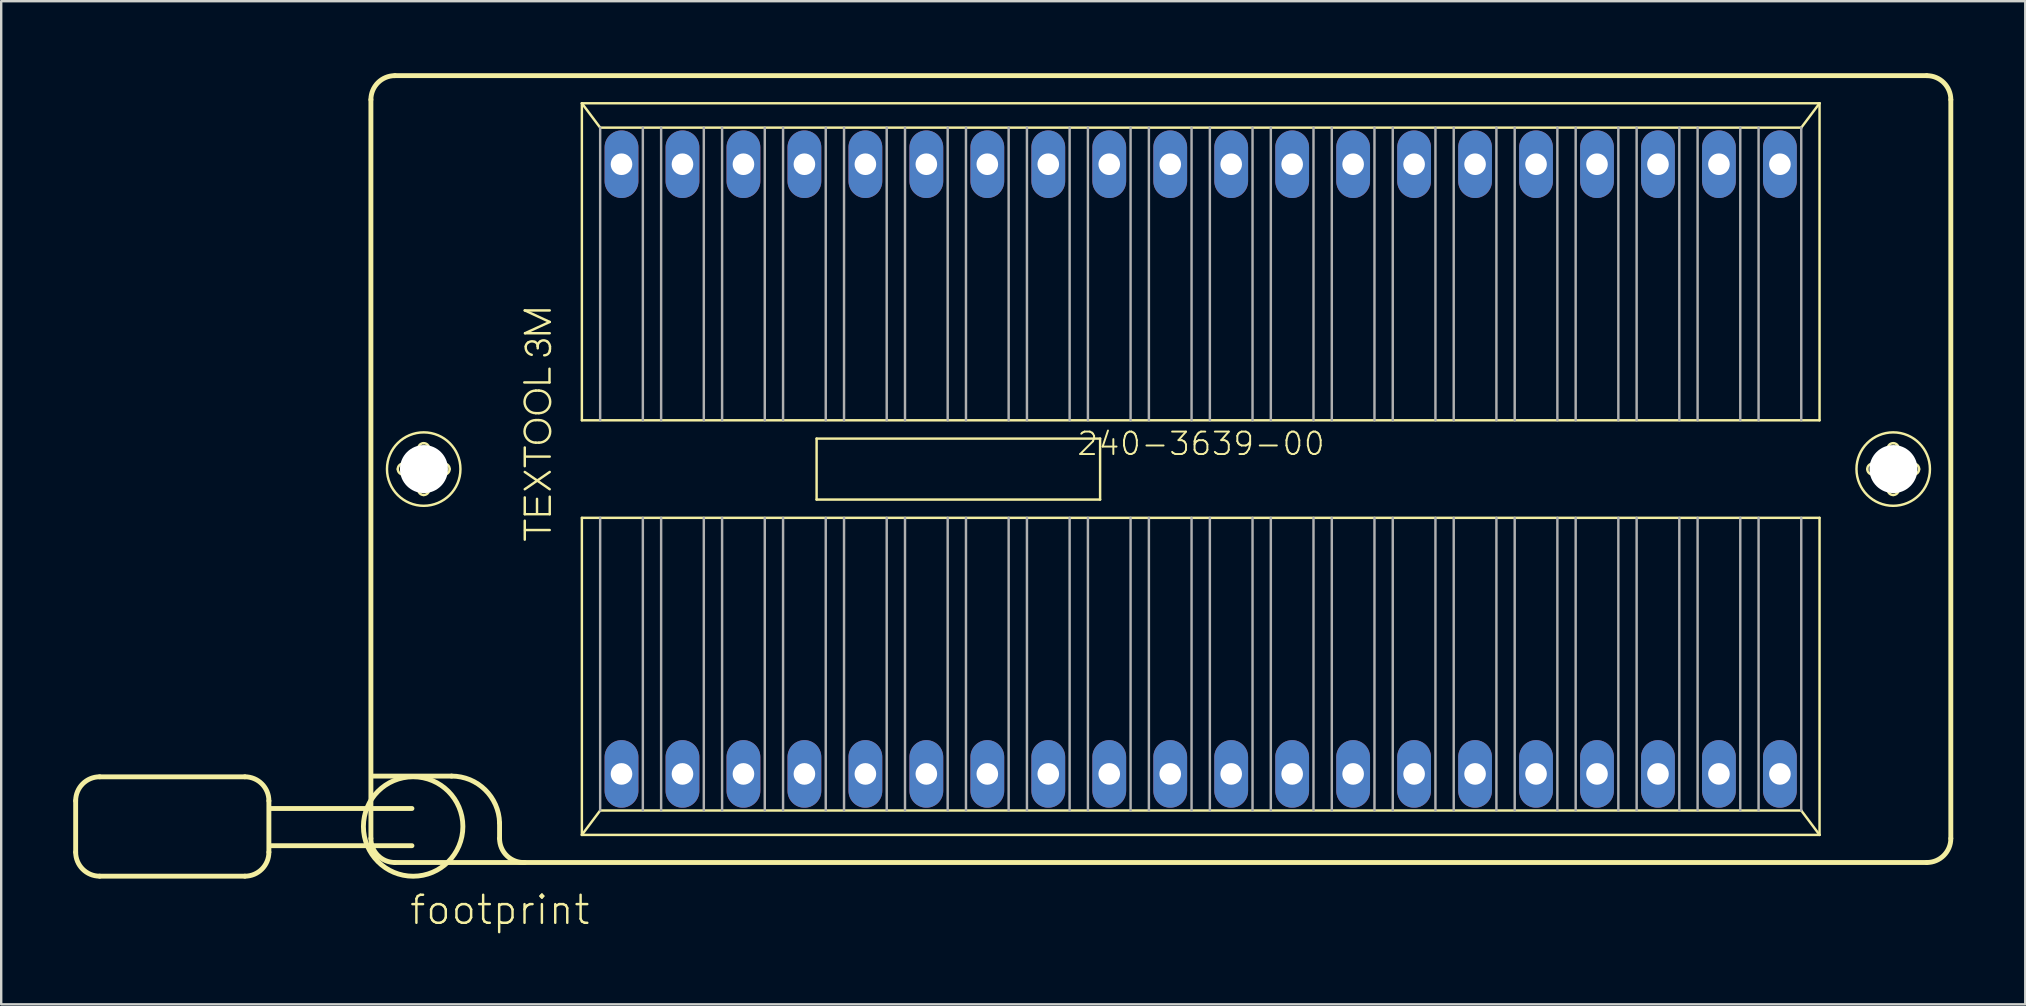
<source format=kicad_pcb>
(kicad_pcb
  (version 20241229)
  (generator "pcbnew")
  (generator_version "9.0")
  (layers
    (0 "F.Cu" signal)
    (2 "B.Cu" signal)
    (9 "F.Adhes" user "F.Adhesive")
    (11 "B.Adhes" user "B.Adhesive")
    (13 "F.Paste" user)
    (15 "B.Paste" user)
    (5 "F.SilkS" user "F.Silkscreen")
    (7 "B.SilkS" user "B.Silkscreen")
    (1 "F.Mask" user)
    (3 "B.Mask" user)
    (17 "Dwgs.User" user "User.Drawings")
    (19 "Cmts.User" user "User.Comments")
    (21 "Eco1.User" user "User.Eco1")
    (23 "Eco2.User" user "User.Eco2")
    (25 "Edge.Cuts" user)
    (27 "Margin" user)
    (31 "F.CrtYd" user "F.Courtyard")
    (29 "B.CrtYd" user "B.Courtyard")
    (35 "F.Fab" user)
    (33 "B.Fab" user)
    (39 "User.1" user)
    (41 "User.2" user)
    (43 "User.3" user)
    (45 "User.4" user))
  (footprint "footprint"
    (layer "F.Cu")
    (at 46.972 16.492)
    (property "Reference" "footprint" (at -33.02 19.05 0) (layer "F.SilkS") (effects (font (size 1.168 1.168) (thickness 0.102)) (justify left bottom)))
    (fp_line (start -46.87 13.82) (end -46.87 15.96) (stroke (width 0.203) (type solid)) (layer "F.SilkS"))
    (fp_line (start -45.87 12.82) (end -39.82 12.82) (stroke (width 0.203) (type solid)) (layer "F.SilkS"))
    (fp_line (start -39.82 16.96) (end -45.87 16.96) (stroke (width 0.203) (type solid)) (layer "F.SilkS"))
    (fp_line (start -38.82 13.82) (end -38.82 15.96) (stroke (width 0.203) (type solid)) (layer "F.SilkS"))
    (fp_line (start -34.57 15.39) (end -34.57 -15.39) (stroke (width 0.203) (type solid)) (layer "F.SilkS"))
    (fp_line (start -34.46 12.79) (end -31.21 12.79) (stroke (width 0.203) (type solid)) (layer "F.SilkS"))
    (fp_line (start -33.57 -16.39) (end 30.25 -16.39) (stroke (width 0.203) (type solid)) (layer "F.SilkS"))
    (fp_line (start -33.22 -0.23) (end -32.67 -0.23) (stroke (width 0.102) (type solid)) (layer "F.SilkS"))
    (fp_line (start -32.86 14.14) (end -38.77 14.14) (stroke (width 0.203) (type solid)) (layer "F.SilkS"))
    (fp_line (start -32.86 15.69) (end -38.77 15.69) (stroke (width 0.203) (type solid)) (layer "F.SilkS"))
    (fp_line (start -32.68 0.23) (end -33.22 0.23) (stroke (width 0.102) (type solid)) (layer "F.SilkS"))
    (fp_line (start -32.6 -0.31) (end -32.6 -0.85) (stroke (width 0.102) (type solid)) (layer "F.SilkS"))
    (fp_line (start -32.6 0.85) (end -32.6 0.3) (stroke (width 0.102) (type solid)) (layer "F.SilkS"))
    (fp_line (start -32.14 -0.85) (end -32.14 -0.3) (stroke (width 0.102) (type solid)) (layer "F.SilkS"))
    (fp_line (start -32.14 0.31) (end -32.14 0.85) (stroke (width 0.102) (type solid)) (layer "F.SilkS"))
    (fp_line (start -32.06 -0.23) (end -31.52 -0.23) (stroke (width 0.102) (type solid)) (layer "F.SilkS"))
    (fp_line (start -31.52 0.23) (end -32.07 0.23) (stroke (width 0.102) (type solid)) (layer "F.SilkS"))
    (fp_line (start -29.21 14.74) (end -29.21 15.39) (stroke (width 0.203) (type solid)) (layer "F.SilkS"))
    (fp_line (start -28.18 -3.61) (end -27.13 -3.61) (stroke (width 0.102) (type solid)) (layer "F.SilkS"))
    (fp_line (start -28.16 -6.61) (end -27.12 -6.61) (stroke (width 0.102) (type solid)) (layer "F.SilkS"))
    (fp_line (start -28.16 -0.12) (end -28.16 -0.9) (stroke (width 0.102) (type solid)) (layer "F.SilkS"))
    (fp_line (start -28.16 0.12) (end -27.12 0.84) (stroke (width 0.102) (type solid)) (layer "F.SilkS"))
    (fp_line (start -28.16 0.84) (end -27.12 0.12) (stroke (width 0.102) (type solid)) (layer "F.SilkS"))
    (fp_line (start -28.16 1.18) (end -28.16 1.88) (stroke (width 0.102) (type solid)) (layer "F.SilkS"))
    (fp_line (start -28.16 1.88) (end -27.12 1.88) (stroke (width 0.102) (type solid)) (layer "F.SilkS"))
    (fp_line (start -28.16 2.94) (end -28.16 2.15) (stroke (width 0.102) (type solid)) (layer "F.SilkS"))
    (fp_line (start -28.15 -5.66) (end -27.12 -6.13) (stroke (width 0.102) (type solid)) (layer "F.SilkS"))
    (fp_line (start -28.15 2.54) (end -27.12 2.54) (stroke (width 0.102) (type solid)) (layer "F.SilkS"))
    (fp_line (start -28.14 -0.52) (end -27.12 -0.52) (stroke (width 0.102) (type solid)) (layer "F.SilkS"))
    (fp_line (start -27.7 -3.27) (end -27.57 -3.27) (stroke (width 0.102) (type solid)) (layer "F.SilkS"))
    (fp_line (start -27.7 -2.33) (end -27.57 -2.33) (stroke (width 0.102) (type solid)) (layer "F.SilkS"))
    (fp_line (start -27.7 -2.04) (end -27.57 -2.04) (stroke (width 0.102) (type solid)) (layer "F.SilkS"))
    (fp_line (start -27.7 -1.1) (end -27.57 -1.1) (stroke (width 0.102) (type solid)) (layer "F.SilkS"))
    (fp_line (start -27.65 1.24) (end -27.65 1.84) (stroke (width 0.102) (type solid)) (layer "F.SilkS"))
    (fp_line (start -27.62 -5.03) (end -27.62 -5.12) (stroke (width 0.102) (type solid)) (layer "F.SilkS"))
    (fp_line (start -27.13 -3.61) (end -27.13 -4.18) (stroke (width 0.102) (type solid)) (layer "F.SilkS"))
    (fp_line (start -27.12 -6.13) (end -28.16 -6.61) (stroke (width 0.102) (type solid)) (layer "F.SilkS"))
    (fp_line (start -27.12 -5.66) (end -28.15 -5.66) (stroke (width 0.102) (type solid)) (layer "F.SilkS"))
    (fp_line (start -27.12 1.88) (end -27.12 1.15) (stroke (width 0.102) (type solid)) (layer "F.SilkS"))
    (fp_line (start -25.781 -15.24) (end 25.781 -15.24) (stroke (width 0.102) (type solid)) (layer "F.SilkS"))
    (fp_line (start -25.781 -2.032) (end -25.781 -15.24) (stroke (width 0.102) (type solid)) (layer "F.SilkS"))
    (fp_line (start -25.781 2.032) (end 25.781 2.032) (stroke (width 0.102) (type solid)) (layer "F.SilkS"))
    (fp_line (start -25.781 15.24) (end -25.781 2.032) (stroke (width 0.102) (type solid)) (layer "F.SilkS"))
    (fp_line (start -25.781 15.24) (end -25.019 14.224) (stroke (width 0.102) (type solid)) (layer "F.SilkS"))
    (fp_line (start -25.019 -14.224) (end -25.781 -15.24) (stroke (width 0.102) (type solid)) (layer "F.SilkS"))
    (fp_line (start -25.019 14.224) (end 25.019 14.224) (stroke (width 0.102) (type solid)) (layer "F.SilkS"))
    (fp_line (start -16.002 -1.27) (end -4.191 -1.27) (stroke (width 0.102) (type solid)) (layer "F.SilkS"))
    (fp_line (start -16.002 1.27) (end -16.002 -1.27) (stroke (width 0.102) (type solid)) (layer "F.SilkS"))
    (fp_line (start -4.191 -1.27) (end -4.191 1.27) (stroke (width 0.102) (type solid)) (layer "F.SilkS"))
    (fp_line (start -4.191 1.27) (end -16.002 1.27) (stroke (width 0.102) (type solid)) (layer "F.SilkS"))
    (fp_line (start 25.019 -14.224) (end -25.019 -14.224) (stroke (width 0.102) (type solid)) (layer "F.SilkS"))
    (fp_line (start 25.019 14.224) (end 25.781 15.24) (stroke (width 0.102) (type solid)) (layer "F.SilkS"))
    (fp_line (start 25.781 -15.24) (end 25.019 -14.224) (stroke (width 0.102) (type solid)) (layer "F.SilkS"))
    (fp_line (start 25.781 -15.24) (end 25.781 -2.032) (stroke (width 0.102) (type solid)) (layer "F.SilkS"))
    (fp_line (start 25.781 -2.032) (end -25.781 -2.032) (stroke (width 0.102) (type solid)) (layer "F.SilkS"))
    (fp_line (start 25.781 2.032) (end 25.781 15.24) (stroke (width 0.102) (type solid)) (layer "F.SilkS"))
    (fp_line (start 25.781 15.24) (end -25.781 15.24) (stroke (width 0.102) (type solid)) (layer "F.SilkS"))
    (fp_line (start 28 -0.23) (end 28.55 -0.23) (stroke (width 0.102) (type solid)) (layer "F.SilkS"))
    (fp_line (start 28.54 0.23) (end 28 0.23) (stroke (width 0.102) (type solid)) (layer "F.SilkS"))
    (fp_line (start 28.62 -0.31) (end 28.62 -0.85) (stroke (width 0.102) (type solid)) (layer "F.SilkS"))
    (fp_line (start 28.62 0.85) (end 28.62 0.3) (stroke (width 0.102) (type solid)) (layer "F.SilkS"))
    (fp_line (start 29.08 -0.85) (end 29.08 -0.3) (stroke (width 0.102) (type solid)) (layer "F.SilkS"))
    (fp_line (start 29.08 0.31) (end 29.08 0.85) (stroke (width 0.102) (type solid)) (layer "F.SilkS"))
    (fp_line (start 29.16 -0.23) (end 29.7 -0.23) (stroke (width 0.102) (type solid)) (layer "F.SilkS"))
    (fp_line (start 29.7 0.23) (end 29.15 0.23) (stroke (width 0.102) (type solid)) (layer "F.SilkS"))
    (fp_line (start 30.25 16.39) (end -33.57 16.39) (stroke (width 0.203) (type solid)) (layer "F.SilkS"))
    (fp_line (start 31.25 -15.39) (end 31.25 15.39) (stroke (width 0.203) (type solid)) (layer "F.SilkS"))
    (fp_arc (start -46.87 13.82) (mid -46.577107 13.112893) (end -45.87 12.82) (stroke (width 0.2032) (type solid)) (layer "F.SilkS"))
    (fp_arc (start -45.87 16.96) (mid -46.577107 16.667107) (end -46.87 15.96) (stroke (width 0.2032) (type solid)) (layer "F.SilkS"))
    (fp_arc (start -39.82 12.82) (mid -39.112893 13.112893) (end -38.82 13.82) (stroke (width 0.2032) (type solid)) (layer "F.SilkS"))
    (fp_arc (start -38.82 15.96) (mid -39.112893 16.667107) (end -39.82 16.96) (stroke (width 0.2032) (type solid)) (layer "F.SilkS"))
    (fp_arc (start -34.57 -15.39) (mid -34.277107 -16.097107) (end -33.57 -16.39) (stroke (width 0.2032) (type solid)) (layer "F.SilkS"))
    (fp_arc (start -33.57 16.39) (mid -34.277107 16.097107) (end -34.57 15.39) (stroke (width 0.2032) (type solid)) (layer "F.SilkS"))
    (fp_arc (start -33.45 0) (mid -33.382635 -0.162635) (end -33.22 -0.23) (stroke (width 0.1016) (type solid)) (layer "F.SilkS"))
    (fp_arc (start -33.22 0.23) (mid -33.382635 0.162635) (end -33.45 0) (stroke (width 0.1016) (type solid)) (layer "F.SilkS"))
    (fp_arc (start -32.68 0.23) (mid -32.630503 0.250503) (end -32.61 0.3) (stroke (width 0.1016) (type solid)) (layer "F.SilkS"))
    (fp_arc (start -32.6 -0.85) (mid -32.532635 -1.012635) (end -32.37 -1.08) (stroke (width 0.1016) (type solid)) (layer "F.SilkS"))
    (fp_arc (start -32.6 -0.3) (mid -32.620503 -0.250503) (end -32.67 -0.23) (stroke (width 0.1016) (type solid)) (layer "F.SilkS"))
    (fp_arc (start -32.37 -1.08) (mid -32.207365 -1.012635) (end -32.14 -0.85) (stroke (width 0.1016) (type solid)) (layer "F.SilkS"))
    (fp_arc (start -32.37 1.08) (mid -32.532635 1.012635) (end -32.6 0.85) (stroke (width 0.1016) (type solid)) (layer "F.SilkS"))
    (fp_arc (start -32.14 0.3) (mid -32.119497 0.250503) (end -32.07 0.23) (stroke (width 0.1016) (type solid)) (layer "F.SilkS"))
    (fp_arc (start -32.14 0.85) (mid -32.207365 1.012635) (end -32.37 1.08) (stroke (width 0.1016) (type solid)) (layer "F.SilkS"))
    (fp_arc (start -32.07 -0.23) (mid -32.119497 -0.250503) (end -32.14 -0.3) (stroke (width 0.1016) (type solid)) (layer "F.SilkS"))
    (fp_arc (start -31.52 -0.23) (mid -31.357365 -0.162635) (end -31.29 0) (stroke (width 0.1016) (type solid)) (layer "F.SilkS"))
    (fp_arc (start -31.29 0) (mid -31.357365 0.162635) (end -31.52 0.23) (stroke (width 0.1016) (type solid)) (layer "F.SilkS"))
    (fp_arc (start -31.21 12.79) (mid -29.813341 13.358169) (end -29.21 14.739998) (stroke (width 0.2032) (type solid)) (layer "F.SilkS"))
    (fp_arc (start -28.159998 16.389999) (mid -28.899284 16.115) (end -29.21 15.39) (stroke (width 0.2032) (type solid)) (layer "F.SilkS"))
    (fp_arc (start -28.12 -5.109999) (mid -28.084621 -5.207696) (end -28.01 -5.28) (stroke (width 0.1016) (type solid)) (layer "F.SilkS"))
    (fp_arc (start -28.01 -5.28) (mid -27.877382 -5.322157) (end -27.74 -5.3) (stroke (width 0.1016) (type solid)) (layer "F.SilkS"))
    (fp_arc (start -27.870001 -4.759999) (mid -28.06297 -4.88645) (end -28.12 -5.11) (stroke (width 0.1016) (type solid)) (layer "F.SilkS"))
    (fp_arc (start -27.740001 -5.299999) (mid -27.652751 -5.228166) (end -27.62 -5.12) (stroke (width 0.1016) (type solid)) (layer "F.SilkS"))
    (fp_arc (start -27.7 -2.33) (mid -28.17 -2.8) (end -27.7 -3.27) (stroke (width 0.1016) (type solid)) (layer "F.SilkS"))
    (fp_arc (start -27.7 -1.1) (mid -28.17 -1.57) (end -27.7 -2.04) (stroke (width 0.1016) (type solid)) (layer "F.SilkS"))
    (fp_arc (start -27.62 -5.12) (mid -27.58789 -5.240938) (end -27.499999 -5.330001) (stroke (width 0.1016) (type solid)) (layer "F.SilkS"))
    (fp_arc (start -27.57 -3.27) (mid -27.1 -2.8) (end -27.57 -2.33) (stroke (width 0.1016) (type solid)) (layer "F.SilkS"))
    (fp_arc (start -27.57 -2.04) (mid -27.1 -1.57) (end -27.57 -1.1) (stroke (width 0.1016) (type solid)) (layer "F.SilkS"))
    (fp_arc (start -27.5 -5.33) (mid -27.356885 -5.363595) (end -27.219999 -5.309999) (stroke (width 0.1016) (type solid)) (layer "F.SilkS"))
    (fp_arc (start -27.22 -5.31) (mid -27.145084 -5.220954) (end -27.11 -5.110001) (stroke (width 0.1016) (type solid)) (layer "F.SilkS"))
    (fp_arc (start -27.12 -4.92) (mid -27.202524 -4.788503) (end -27.35 -4.740001) (stroke (width 0.1016) (type solid)) (layer "F.SilkS"))
    (fp_arc (start -27.11 -5.11) (mid -27.107277 -5.014593) (end -27.12 -4.92) (stroke (width 0.1016) (type solid)) (layer "F.SilkS"))
    (fp_arc (start 27.77 0) (mid 27.837365 -0.162635) (end 28 -0.23) (stroke (width 0.1016) (type solid)) (layer "F.SilkS"))
    (fp_arc (start 28 0.23) (mid 27.837365 0.162635) (end 27.77 0) (stroke (width 0.1016) (type solid)) (layer "F.SilkS"))
    (fp_arc (start 28.54 0.23) (mid 28.589497 0.250503) (end 28.61 0.3) (stroke (width 0.1016) (type solid)) (layer "F.SilkS"))
    (fp_arc (start 28.62 -0.85) (mid 28.687365 -1.012635) (end 28.85 -1.08) (stroke (width 0.1016) (type solid)) (layer "F.SilkS"))
    (fp_arc (start 28.62 -0.3) (mid 28.599497 -0.250503) (end 28.55 -0.23) (stroke (width 0.1016) (type solid)) (layer "F.SilkS"))
    (fp_arc (start 28.85 -1.08) (mid 29.012635 -1.012635) (end 29.08 -0.85) (stroke (width 0.1016) (type solid)) (layer "F.SilkS"))
    (fp_arc (start 28.85 1.08) (mid 28.687365 1.012635) (end 28.62 0.85) (stroke (width 0.1016) (type solid)) (layer "F.SilkS"))
    (fp_arc (start 29.08 0.3) (mid 29.100503 0.250503) (end 29.15 0.23) (stroke (width 0.1016) (type solid)) (layer "F.SilkS"))
    (fp_arc (start 29.08 0.85) (mid 29.012635 1.012635) (end 28.85 1.08) (stroke (width 0.1016) (type solid)) (layer "F.SilkS"))
    (fp_arc (start 29.15 -0.23) (mid 29.100503 -0.250503) (end 29.08 -0.3) (stroke (width 0.1016) (type solid)) (layer "F.SilkS"))
    (fp_arc (start 29.7 -0.23) (mid 29.862635 -0.162635) (end 29.93 0) (stroke (width 0.1016) (type solid)) (layer "F.SilkS"))
    (fp_arc (start 29.93 0) (mid 29.862635 0.162635) (end 29.7 0.23) (stroke (width 0.1016) (type solid)) (layer "F.SilkS"))
    (fp_arc (start 30.25 -16.39) (mid 30.957107 -16.097107) (end 31.25 -15.39) (stroke (width 0.2032) (type solid)) (layer "F.SilkS"))
    (fp_arc (start 31.25 15.39) (mid 30.957107 16.097107) (end 30.25 16.39) (stroke (width 0.2032) (type solid)) (layer "F.SilkS"))
    (fp_circle (center -32.81 14.89) (end -30.738 14.89) (stroke (width 0.203) (type solid)) (fill no) (layer "F.SilkS"))
    (fp_circle (center -32.37 0) (end -30.84 0) (stroke (width 0.102) (type solid)) (fill no) (layer "F.SilkS"))
    (fp_circle (center 28.85 0) (end 30.38 0) (stroke (width 0.102) (type solid)) (fill no) (layer "F.SilkS"))
    (fp_line (start -25.019 -14.224) (end -25.019 -2.032) (stroke (width 0.102) (type solid)) (layer "F.Fab"))
    (fp_line (start -25.019 2.032) (end -25.019 14.224) (stroke (width 0.102) (type solid)) (layer "F.Fab"))
    (fp_line (start -23.241 -2.032) (end -23.241 -14.224) (stroke (width 0.102) (type solid)) (layer "F.Fab"))
    (fp_line (start -23.241 2.032) (end -23.241 14.224) (stroke (width 0.102) (type solid)) (layer "F.Fab"))
    (fp_line (start -22.479 -2.032) (end -22.479 -14.224) (stroke (width 0.102) (type solid)) (layer "F.Fab"))
    (fp_line (start -22.479 2.032) (end -22.479 14.224) (stroke (width 0.102) (type solid)) (layer "F.Fab"))
    (fp_line (start -20.701 -2.032) (end -20.701 -14.224) (stroke (width 0.102) (type solid)) (layer "F.Fab"))
    (fp_line (start -20.701 2.032) (end -20.701 14.224) (stroke (width 0.102) (type solid)) (layer "F.Fab"))
    (fp_line (start -19.939 -2.032) (end -19.939 -14.224) (stroke (width 0.102) (type solid)) (layer "F.Fab"))
    (fp_line (start -19.939 2.032) (end -19.939 14.224) (stroke (width 0.102) (type solid)) (layer "F.Fab"))
    (fp_line (start -18.161 -2.032) (end -18.161 -14.224) (stroke (width 0.102) (type solid)) (layer "F.Fab"))
    (fp_line (start -18.161 2.032) (end -18.161 14.224) (stroke (width 0.102) (type solid)) (layer "F.Fab"))
    (fp_line (start -17.399 -2.032) (end -17.399 -14.224) (stroke (width 0.102) (type solid)) (layer "F.Fab"))
    (fp_line (start -17.399 2.032) (end -17.399 14.224) (stroke (width 0.102) (type solid)) (layer "F.Fab"))
    (fp_line (start -15.621 -2.032) (end -15.621 -14.224) (stroke (width 0.102) (type solid)) (layer "F.Fab"))
    (fp_line (start -15.621 2.032) (end -15.621 14.224) (stroke (width 0.102) (type solid)) (layer "F.Fab"))
    (fp_line (start -14.859 -2.032) (end -14.859 -14.224) (stroke (width 0.102) (type solid)) (layer "F.Fab"))
    (fp_line (start -14.859 2.032) (end -14.859 14.224) (stroke (width 0.102) (type solid)) (layer "F.Fab"))
    (fp_line (start -13.081 -2.032) (end -13.081 -14.224) (stroke (width 0.102) (type solid)) (layer "F.Fab"))
    (fp_line (start -13.081 2.032) (end -13.081 14.224) (stroke (width 0.102) (type solid)) (layer "F.Fab"))
    (fp_line (start -12.319 -2.032) (end -12.319 -14.224) (stroke (width 0.102) (type solid)) (layer "F.Fab"))
    (fp_line (start -12.319 2.032) (end -12.319 14.224) (stroke (width 0.102) (type solid)) (layer "F.Fab"))
    (fp_line (start -10.541 -2.032) (end -10.541 -14.224) (stroke (width 0.102) (type solid)) (layer "F.Fab"))
    (fp_line (start -10.541 2.032) (end -10.541 14.224) (stroke (width 0.102) (type solid)) (layer "F.Fab"))
    (fp_line (start -9.779 -2.032) (end -9.779 -14.224) (stroke (width 0.102) (type solid)) (layer "F.Fab"))
    (fp_line (start -9.779 2.032) (end -9.779 14.224) (stroke (width 0.102) (type solid)) (layer "F.Fab"))
    (fp_line (start -8.001 -2.032) (end -8.001 -14.224) (stroke (width 0.102) (type solid)) (layer "F.Fab"))
    (fp_line (start -8.001 2.032) (end -8.001 14.224) (stroke (width 0.102) (type solid)) (layer "F.Fab"))
    (fp_line (start -7.239 -2.032) (end -7.239 -14.224) (stroke (width 0.102) (type solid)) (layer "F.Fab"))
    (fp_line (start -7.239 2.032) (end -7.239 14.224) (stroke (width 0.102) (type solid)) (layer "F.Fab"))
    (fp_line (start -5.461 -2.032) (end -5.461 -14.224) (stroke (width 0.102) (type solid)) (layer "F.Fab"))
    (fp_line (start -5.461 2.032) (end -5.461 14.224) (stroke (width 0.102) (type solid)) (layer "F.Fab"))
    (fp_line (start -4.699 -2.032) (end -4.699 -14.224) (stroke (width 0.102) (type solid)) (layer "F.Fab"))
    (fp_line (start -4.699 2.032) (end -4.699 14.224) (stroke (width 0.102) (type solid)) (layer "F.Fab"))
    (fp_line (start -2.921 -2.032) (end -2.921 -14.224) (stroke (width 0.102) (type solid)) (layer "F.Fab"))
    (fp_line (start -2.921 2.032) (end -2.921 14.224) (stroke (width 0.102) (type solid)) (layer "F.Fab"))
    (fp_line (start -2.159 -2.032) (end -2.159 -14.224) (stroke (width 0.102) (type solid)) (layer "F.Fab"))
    (fp_line (start -2.159 2.032) (end -2.159 14.224) (stroke (width 0.102) (type solid)) (layer "F.Fab"))
    (fp_line (start -0.381 -2.032) (end -0.381 -14.224) (stroke (width 0.102) (type solid)) (layer "F.Fab"))
    (fp_line (start -0.381 2.032) (end -0.381 14.224) (stroke (width 0.102) (type solid)) (layer "F.Fab"))
    (fp_line (start 0.381 -2.032) (end 0.381 -14.224) (stroke (width 0.102) (type solid)) (layer "F.Fab"))
    (fp_line (start 0.381 2.032) (end 0.381 14.224) (stroke (width 0.102) (type solid)) (layer "F.Fab"))
    (fp_line (start 2.159 -2.032) (end 2.159 -14.224) (stroke (width 0.102) (type solid)) (layer "F.Fab"))
    (fp_line (start 2.159 2.032) (end 2.159 14.224) (stroke (width 0.102) (type solid)) (layer "F.Fab"))
    (fp_line (start 2.921 -2.032) (end 2.921 -14.224) (stroke (width 0.102) (type solid)) (layer "F.Fab"))
    (fp_line (start 2.921 2.032) (end 2.921 14.224) (stroke (width 0.102) (type solid)) (layer "F.Fab"))
    (fp_line (start 4.699 -2.032) (end 4.699 -14.224) (stroke (width 0.102) (type solid)) (layer "F.Fab"))
    (fp_line (start 4.699 2.032) (end 4.699 14.224) (stroke (width 0.102) (type solid)) (layer "F.Fab"))
    (fp_line (start 5.461 -2.032) (end 5.461 -14.224) (stroke (width 0.102) (type solid)) (layer "F.Fab"))
    (fp_line (start 5.461 2.032) (end 5.461 14.224) (stroke (width 0.102) (type solid)) (layer "F.Fab"))
    (fp_line (start 7.239 -2.032) (end 7.239 -14.224) (stroke (width 0.102) (type solid)) (layer "F.Fab"))
    (fp_line (start 7.239 2.032) (end 7.239 14.224) (stroke (width 0.102) (type solid)) (layer "F.Fab"))
    (fp_line (start 8.001 -2.032) (end 8.001 -14.224) (stroke (width 0.102) (type solid)) (layer "F.Fab"))
    (fp_line (start 8.001 2.032) (end 8.001 14.224) (stroke (width 0.102) (type solid)) (layer "F.Fab"))
    (fp_line (start 9.779 -2.032) (end 9.779 -14.224) (stroke (width 0.102) (type solid)) (layer "F.Fab"))
    (fp_line (start 9.779 2.032) (end 9.779 14.224) (stroke (width 0.102) (type solid)) (layer "F.Fab"))
    (fp_line (start 10.541 -2.032) (end 10.541 -14.224) (stroke (width 0.102) (type solid)) (layer "F.Fab"))
    (fp_line (start 10.541 2.032) (end 10.541 14.224) (stroke (width 0.102) (type solid)) (layer "F.Fab"))
    (fp_line (start 12.319 -2.032) (end 12.319 -14.224) (stroke (width 0.102) (type solid)) (layer "F.Fab"))
    (fp_line (start 12.319 2.032) (end 12.319 14.224) (stroke (width 0.102) (type solid)) (layer "F.Fab"))
    (fp_line (start 13.081 -2.032) (end 13.081 -14.224) (stroke (width 0.102) (type solid)) (layer "F.Fab"))
    (fp_line (start 13.081 2.032) (end 13.081 14.224) (stroke (width 0.102) (type solid)) (layer "F.Fab"))
    (fp_line (start 14.859 -2.032) (end 14.859 -14.224) (stroke (width 0.102) (type solid)) (layer "F.Fab"))
    (fp_line (start 14.859 2.032) (end 14.859 14.224) (stroke (width 0.102) (type solid)) (layer "F.Fab"))
    (fp_line (start 15.621 -2.032) (end 15.621 -14.224) (stroke (width 0.102) (type solid)) (layer "F.Fab"))
    (fp_line (start 15.621 2.032) (end 15.621 14.224) (stroke (width 0.102) (type solid)) (layer "F.Fab"))
    (fp_line (start 17.399 -2.032) (end 17.399 -14.224) (stroke (width 0.102) (type solid)) (layer "F.Fab"))
    (fp_line (start 17.399 2.032) (end 17.399 14.224) (stroke (width 0.102) (type solid)) (layer "F.Fab"))
    (fp_line (start 18.161 -2.032) (end 18.161 -14.224) (stroke (width 0.102) (type solid)) (layer "F.Fab"))
    (fp_line (start 18.161 2.032) (end 18.161 14.224) (stroke (width 0.102) (type solid)) (layer "F.Fab"))
    (fp_line (start 19.939 -2.032) (end 19.939 -14.224) (stroke (width 0.102) (type solid)) (layer "F.Fab"))
    (fp_line (start 19.939 2.032) (end 19.939 14.224) (stroke (width 0.102) (type solid)) (layer "F.Fab"))
    (fp_line (start 20.701 -2.032) (end 20.701 -14.224) (stroke (width 0.102) (type solid)) (layer "F.Fab"))
    (fp_line (start 20.701 2.032) (end 20.701 14.224) (stroke (width 0.102) (type solid)) (layer "F.Fab"))
    (fp_line (start 22.479 -2.032) (end 22.479 -14.224) (stroke (width 0.102) (type solid)) (layer "F.Fab"))
    (fp_line (start 22.479 2.032) (end 22.479 14.224) (stroke (width 0.102) (type solid)) (layer "F.Fab"))
    (fp_line (start 23.241 -2.032) (end 23.241 -14.224) (stroke (width 0.102) (type solid)) (layer "F.Fab"))
    (fp_line (start 23.241 2.032) (end 23.241 14.224) (stroke (width 0.102) (type solid)) (layer "F.Fab"))
    (fp_line (start 25.019 -2.032) (end 25.019 -14.224) (stroke (width 0.102) (type solid)) (layer "F.Fab"))
    (fp_line (start 25.019 14.224) (end 25.019 2.032) (stroke (width 0.102) (type solid)) (layer "F.Fab"))
    (fp_text user "240-3639-00" (at -5.207 -0.508 180) (layer "F.SilkS") (effects (font (size 0.935 0.935) (thickness 0.081)) (justify left bottom)))
    (pad "" np_thru_hole circle (at -32.36 0) (size 2 2) (drill 2) (layers "*.Cu" "*.Mask"))
    (pad "" np_thru_hole circle (at 28.86 0) (size 2 2) (drill 2) (layers "*.Cu" "*.Mask"))
    (pad "1" thru_hole oval (at -24.13 12.7 90) (size 2.816 1.408) (drill 0.9) (layers "*.Cu" "*.Mask"))
    (pad "2" thru_hole oval (at -21.59 12.7 90) (size 2.816 1.408) (drill 0.9) (layers "*.Cu" "*.Mask"))
    (pad "3" thru_hole oval (at -19.05 12.7 90) (size 2.816 1.408) (drill 0.9) (layers "*.Cu" "*.Mask"))
    (pad "4" thru_hole oval (at -16.51 12.7 90) (size 2.816 1.408) (drill 0.9) (layers "*.Cu" "*.Mask"))
    (pad "5" thru_hole oval (at -13.97 12.7 90) (size 2.816 1.408) (drill 0.9) (layers "*.Cu" "*.Mask"))
    (pad "6" thru_hole oval (at -11.43 12.7 90) (size 2.816 1.408) (drill 0.9) (layers "*.Cu" "*.Mask"))
    (pad "7" thru_hole oval (at -8.89 12.7 90) (size 2.816 1.408) (drill 0.9) (layers "*.Cu" "*.Mask"))
    (pad "8" thru_hole oval (at -6.35 12.7 90) (size 2.816 1.408) (drill 0.9) (layers "*.Cu" "*.Mask"))
    (pad "9" thru_hole oval (at -3.81 12.7 90) (size 2.816 1.408) (drill 0.9) (layers "*.Cu" "*.Mask"))
    (pad "10" thru_hole oval (at -1.27 12.7 90) (size 2.816 1.408) (drill 0.9) (layers "*.Cu" "*.Mask"))
    (pad "11" thru_hole oval (at 1.27 12.7 90) (size 2.816 1.408) (drill 0.9) (layers "*.Cu" "*.Mask"))
    (pad "12" thru_hole oval (at 3.81 12.7 90) (size 2.816 1.408) (drill 0.9) (layers "*.Cu" "*.Mask"))
    (pad "13" thru_hole oval (at 6.35 12.7 90) (size 2.816 1.408) (drill 0.9) (layers "*.Cu" "*.Mask"))
    (pad "14" thru_hole oval (at 8.89 12.7 90) (size 2.816 1.408) (drill 0.9) (layers "*.Cu" "*.Mask"))
    (pad "15" thru_hole oval (at 11.43 12.7 90) (size 2.816 1.408) (drill 0.9) (layers "*.Cu" "*.Mask"))
    (pad "16" thru_hole oval (at 13.97 12.7 90) (size 2.816 1.408) (drill 0.9) (layers "*.Cu" "*.Mask"))
    (pad "17" thru_hole oval (at 16.51 12.7 90) (size 2.816 1.408) (drill 0.9) (layers "*.Cu" "*.Mask"))
    (pad "18" thru_hole oval (at 19.05 12.7 90) (size 2.816 1.408) (drill 0.9) (layers "*.Cu" "*.Mask"))
    (pad "19" thru_hole oval (at 21.59 12.7 90) (size 2.816 1.408) (drill 0.9) (layers "*.Cu" "*.Mask"))
    (pad "20" thru_hole oval (at 24.13 12.7 90) (size 2.816 1.408) (drill 0.9) (layers "*.Cu" "*.Mask"))
    (pad "21" thru_hole oval (at 24.13 -12.7 90) (size 2.816 1.408) (drill 0.9) (layers "*.Cu" "*.Mask"))
    (pad "22" thru_hole oval (at 21.59 -12.7 90) (size 2.816 1.408) (drill 0.9) (layers "*.Cu" "*.Mask"))
    (pad "23" thru_hole oval (at 19.05 -12.7 90) (size 2.816 1.408) (drill 0.9) (layers "*.Cu" "*.Mask"))
    (pad "24" thru_hole oval (at 16.51 -12.7 90) (size 2.816 1.408) (drill 0.9) (layers "*.Cu" "*.Mask"))
    (pad "25" thru_hole oval (at 13.97 -12.7 90) (size 2.816 1.408) (drill 0.9) (layers "*.Cu" "*.Mask"))
    (pad "26" thru_hole oval (at 11.43 -12.7 90) (size 2.816 1.408) (drill 0.9) (layers "*.Cu" "*.Mask"))
    (pad "27" thru_hole oval (at 8.89 -12.7 90) (size 2.816 1.408) (drill 0.9) (layers "*.Cu" "*.Mask"))
    (pad "28" thru_hole oval (at 6.35 -12.7 90) (size 2.816 1.408) (drill 0.9) (layers "*.Cu" "*.Mask"))
    (pad "29" thru_hole oval (at 3.81 -12.7 90) (size 2.816 1.408) (drill 0.9) (layers "*.Cu" "*.Mask"))
    (pad "30" thru_hole oval (at 1.27 -12.7 90) (size 2.816 1.408) (drill 0.9) (layers "*.Cu" "*.Mask"))
    (pad "31" thru_hole oval (at -1.27 -12.7 90) (size 2.816 1.408) (drill 0.9) (layers "*.Cu" "*.Mask"))
    (pad "32" thru_hole oval (at -3.81 -12.7 90) (size 2.816 1.408) (drill 0.9) (layers "*.Cu" "*.Mask"))
    (pad "33" thru_hole oval (at -6.35 -12.7 90) (size 2.816 1.408) (drill 0.9) (layers "*.Cu" "*.Mask"))
    (pad "34" thru_hole oval (at -8.89 -12.7 90) (size 2.816 1.408) (drill 0.9) (layers "*.Cu" "*.Mask"))
    (pad "35" thru_hole oval (at -11.43 -12.7 90) (size 2.816 1.408) (drill 0.9) (layers "*.Cu" "*.Mask"))
    (pad "36" thru_hole oval (at -13.97 -12.7 90) (size 2.816 1.408) (drill 0.9) (layers "*.Cu" "*.Mask"))
    (pad "37" thru_hole oval (at -16.51 -12.7 90) (size 2.816 1.408) (drill 0.9) (layers "*.Cu" "*.Mask"))
    (pad "38" thru_hole oval (at -19.05 -12.7 90) (size 2.816 1.408) (drill 0.9) (layers "*.Cu" "*.Mask"))
    (pad "39" thru_hole oval (at -21.59 -12.7 90) (size 2.816 1.408) (drill 0.9) (layers "*.Cu" "*.Mask"))
    (pad "40" thru_hole oval (at -24.13 -12.7 90) (size 2.816 1.408) (drill 0.9) (layers "*.Cu" "*.Mask")))
  (gr_rect
    (start -3 -3)
    (end 81.323 38.792)
    (stroke (width 0.1) (type default))
    (fill no)
    (layer "Edge.Cuts")))
</source>
